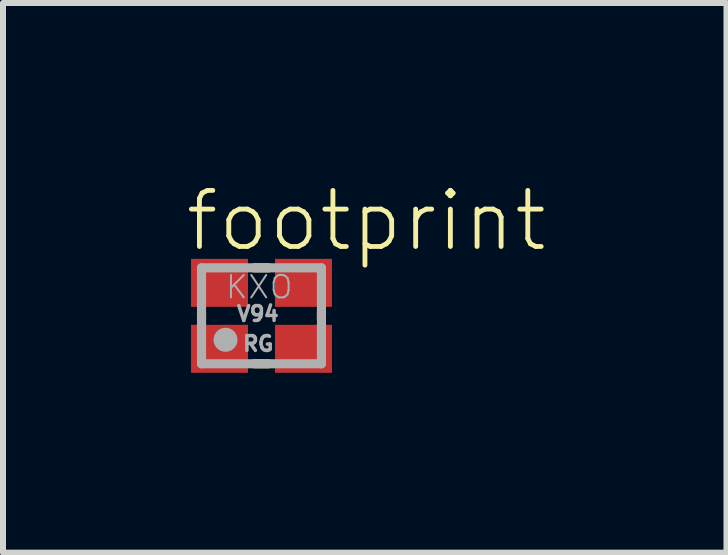
<source format=kicad_pcb>
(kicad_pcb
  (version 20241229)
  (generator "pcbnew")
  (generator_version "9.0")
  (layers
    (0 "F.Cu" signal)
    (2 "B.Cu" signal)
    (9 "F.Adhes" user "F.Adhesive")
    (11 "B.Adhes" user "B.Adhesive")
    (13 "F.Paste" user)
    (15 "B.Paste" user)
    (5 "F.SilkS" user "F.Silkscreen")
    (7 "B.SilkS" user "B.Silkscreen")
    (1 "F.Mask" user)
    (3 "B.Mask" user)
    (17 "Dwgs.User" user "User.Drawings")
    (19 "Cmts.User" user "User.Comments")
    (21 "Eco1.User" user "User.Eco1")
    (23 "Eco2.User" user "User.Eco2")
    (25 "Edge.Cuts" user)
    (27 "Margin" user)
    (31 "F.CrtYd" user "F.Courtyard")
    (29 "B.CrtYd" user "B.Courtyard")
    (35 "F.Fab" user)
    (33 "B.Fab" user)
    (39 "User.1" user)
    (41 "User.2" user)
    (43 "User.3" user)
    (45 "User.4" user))
  (footprint "footprint"
    (layer "F.Cu")
    (at 1.311 2.217)
    (property "Reference" "footprint" (at -1.311 -1.038 0) (layer "F.SilkS") (effects (font (size 0.935 0.935) (thickness 0.081)) (justify left bottom)))
    (fp_line (start -1 -0.05) (end -1 0.05) (stroke (width 0.152) (type solid)) (layer "F.SilkS"))
    (fp_line (start -0.12 -0.8) (end 0.12 -0.8) (stroke (width 0.152) (type solid)) (layer "F.SilkS"))
    (fp_line (start -0.12 0.8) (end 0.12 0.8) (stroke (width 0.152) (type solid)) (layer "F.SilkS"))
    (fp_line (start 1 -0.05) (end 1 0.05) (stroke (width 0.152) (type solid)) (layer "F.SilkS"))
    (fp_line (start -1 -0.8) (end -1 0.8) (stroke (width 0.152) (type solid)) (layer "F.Fab"))
    (fp_line (start -1 0.8) (end 1 0.8) (stroke (width 0.152) (type solid)) (layer "F.Fab"))
    (fp_line (start 1 -0.8) (end -1 -0.8) (stroke (width 0.152) (type solid)) (layer "F.Fab"))
    (fp_line (start 1 0.8) (end 1 -0.8) (stroke (width 0.152) (type solid)) (layer "F.Fab"))
    (fp_circle (center -0.6 0.4) (end -0.5 0.4) (stroke (width 0.2) (type solid)) (fill no) (layer "F.Fab"))
    (fp_text user "RG" (at -0.34 0.61 0) (layer "F.Fab") (effects (font (size 0.247 0.247) (thickness 0.058)) (justify left bottom)))
    (fp_text user "KXO" (at -0.62 -0.26 0) (layer "F.Fab") (effects (font (size 0.374 0.374) (thickness 0.033)) (justify left bottom)))
    (fp_text user "V94" (at -0.44 0.11 0) (layer "F.Fab") (effects (font (size 0.247 0.247) (thickness 0.058)) (justify left bottom)))
    (pad "1" smd rect (at -0.7 0.55) (size 0.95 0.8) (layers "F.Cu" "F.Mask" "F.Paste"))
    (pad "2" smd rect (at 0.7 0.55) (size 0.95 0.8) (layers "F.Cu" "F.Mask" "F.Paste"))
    (pad "3" smd rect (at 0.7 -0.55) (size 0.95 0.8) (layers "F.Cu" "F.Mask" "F.Paste"))
    (pad "4" smd rect (at -0.7 -0.55) (size 0.95 0.8) (layers "F.Cu" "F.Mask" "F.Paste")))
  (gr_rect
    (start -3 -3)
    (end 9.066 6.167)
    (stroke (width 0.1) (type default))
    (fill no)
    (layer "Edge.Cuts")))
</source>
